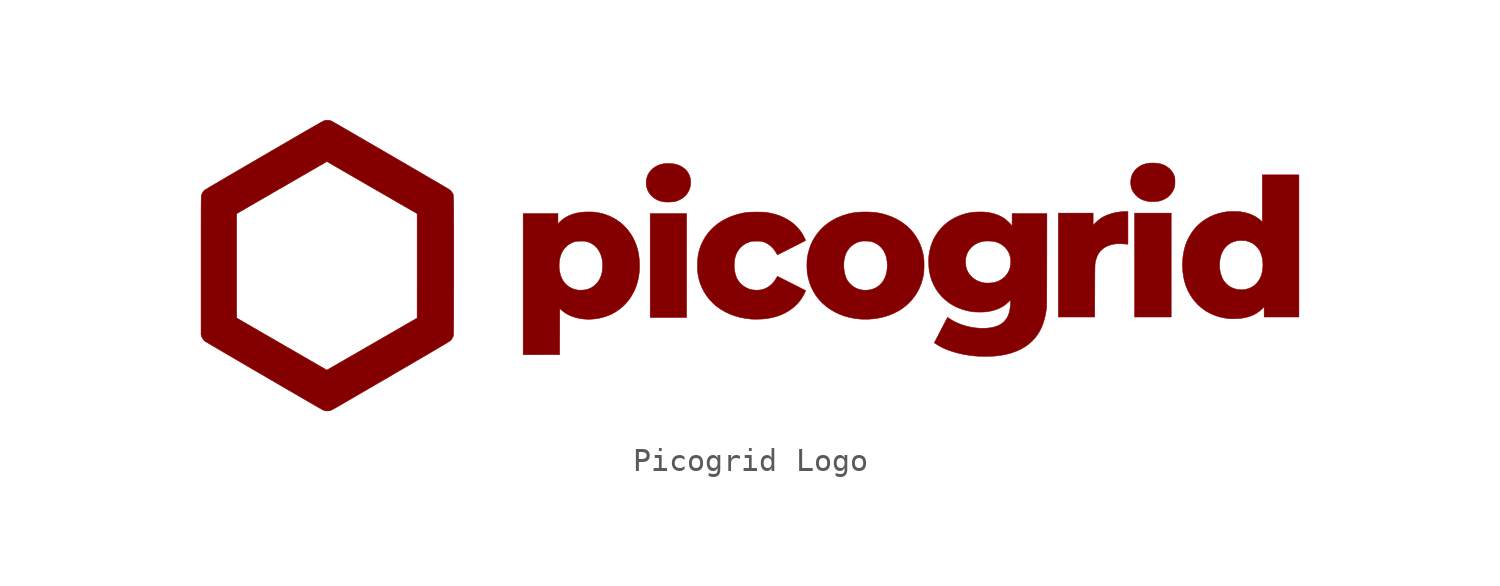
<source format=kicad_sym>
(kicad_symbol_lib
  (version 20210619)
  (generator kicad_symbol_editor)
  (symbol "ulib_Logos:Picogrid Logo"
    (pin_names
      (offset 1.016))
    (property "Reference" "G"
      (at 0 5.71 0)
      (effects (font (size 1.27 1.27)) hide))
    (symbol "Picogrid Logo_0_0"
      (polyline (pts (xy -2.758 2.268) (xy -4.347 2.268) (xy -4.347 -2.268) (xy -2.758 -2.268) (xy -2.758 2.268)) (stroke (width 0.01)) (fill (type outline)))
      (polyline (pts (xy 18.395 2.288) (xy 16.797 2.288) (xy 16.797 -2.248) (xy 18.395 -2.248) (xy 18.395 2.288)) (stroke (width 0.01)) (fill (type outline)))
      (polyline (pts (xy -3.525 2.771) (xy -3.443 2.774) (xy -3.367 2.779) (xy -3.3 2.787) (xy -3.248 2.797) (xy -3.245 2.798) (xy -3.125 2.838) (xy -3.01 2.894) (xy -2.904 2.964) (xy -2.812 3.044) (xy -2.775 3.084) (xy -2.705 3.18) (xy -2.649 3.285) (xy -2.61 3.396) (xy -2.586 3.51) (xy -2.577 3.627) (xy -2.585 3.743) (xy -2.608 3.856) (xy -2.647 3.964) (xy -2.703 4.065) (xy -2.774 4.157) (xy -2.822 4.204) (xy -2.925 4.286) (xy -3.039 4.352) (xy -3.165 4.401) (xy -3.303 4.435) (xy -3.452 4.452) (xy -3.612 4.454) (xy -3.671 4.45) (xy -3.806 4.432) (xy -3.929 4.401) (xy -4.042 4.356) (xy -4.147 4.296) (xy -4.219 4.242) (xy -4.314 4.154) (xy -4.391 4.056) (xy -4.451 3.948) (xy -4.493 3.831) (xy -4.517 3.705) (xy -4.522 3.65) (xy -4.519 3.525) (xy -4.498 3.406) (xy -4.46 3.292) (xy -4.405 3.187) (xy -4.335 3.09) (xy -4.251 3.003) (xy -4.153 2.928) (xy -4.043 2.865) (xy -3.921 2.817) (xy -3.79 2.783) (xy -3.748 2.777) (xy -3.682 2.772) (xy -3.606 2.77) (xy -3.525 2.771)) (stroke (width 0.01)) (fill (type outline)))
      (polyline (pts (xy 15.061 -1.107) (xy 15.061 -0.995) (xy 15.062 -0.83) (xy 15.062 -0.683) (xy 15.063 -0.552) (xy 15.063 -0.438) (xy 15.064 -0.338) (xy 15.065 -0.252) (xy 15.066 -0.177) (xy 15.067 -0.114) (xy 15.068 -0.061) (xy 15.069 -0.017) (xy 15.07 0.02) (xy 15.072 0.05) (xy 15.074 0.075) (xy 15.076 0.096) (xy 15.079 0.114) (xy 15.081 0.13) (xy 15.085 0.148) (xy 15.104 0.229) (xy 15.129 0.311) (xy 15.156 0.388) (xy 15.184 0.452) (xy 15.237 0.543) (xy 15.316 0.641) (xy 15.409 0.728) (xy 15.516 0.801) (xy 15.636 0.86) (xy 15.769 0.905) (xy 15.912 0.936) (xy 15.913 0.936) (xy 15.959 0.942) (xy 16.008 0.946) (xy 16.063 0.947) (xy 16.13 0.947) (xy 16.212 0.946) (xy 16.216 0.945) (xy 16.281 0.943) (xy 16.341 0.941) (xy 16.394 0.938) (xy 16.435 0.935) (xy 16.459 0.933) (xy 16.507 0.927) (xy 16.507 2.361) (xy 16.345 2.355) (xy 16.228 2.348) (xy 16.026 2.323) (xy 15.833 2.28) (xy 15.649 2.222) (xy 15.608 2.206) (xy 15.466 2.142) (xy 15.337 2.067) (xy 15.216 1.978) (xy 15.101 1.873) (xy 14.988 1.762) (xy 14.988 2.288) (xy 13.469 2.288) (xy 13.469 -2.248) (xy 15.057 -2.248) (xy 15.061 -1.107)) (stroke (width 0.01)) (fill (type outline)))
      (polyline (pts (xy 17.694 2.791) (xy 17.764 2.796) (xy 17.821 2.803) (xy 17.898 2.82) (xy 18.026 2.861) (xy 18.144 2.918) (xy 18.25 2.99) (xy 18.343 3.075) (xy 18.422 3.172) (xy 18.485 3.282) (xy 18.496 3.304) (xy 18.52 3.359) (xy 18.537 3.409) (xy 18.549 3.458) (xy 18.556 3.513) (xy 18.559 3.578) (xy 18.56 3.657) (xy 18.56 3.671) (xy 18.559 3.731) (xy 18.558 3.776) (xy 18.555 3.811) (xy 18.55 3.84) (xy 18.544 3.868) (xy 18.534 3.899) (xy 18.52 3.936) (xy 18.466 4.046) (xy 18.395 4.147) (xy 18.307 4.238) (xy 18.204 4.317) (xy 18.198 4.321) (xy 18.105 4.374) (xy 18.006 4.415) (xy 17.899 4.445) (xy 17.78 4.464) (xy 17.646 4.473) (xy 17.617 4.474) (xy 17.465 4.47) (xy 17.325 4.451) (xy 17.198 4.416) (xy 17.08 4.366) (xy 16.973 4.3) (xy 16.874 4.218) (xy 16.847 4.192) (xy 16.767 4.096) (xy 16.705 3.993) (xy 16.661 3.882) (xy 16.636 3.763) (xy 16.627 3.633) (xy 16.629 3.56) (xy 16.645 3.441) (xy 16.676 3.332) (xy 16.724 3.232) (xy 16.789 3.138) (xy 16.873 3.047) (xy 16.938 2.99) (xy 17.032 2.924) (xy 17.133 2.871) (xy 17.245 2.832) (xy 17.371 2.803) (xy 17.401 2.798) (xy 17.465 2.792) (xy 17.538 2.79) (xy 17.617 2.789) (xy 17.694 2.791)) (stroke (width 0.01)) (fill (type outline)))
      (polyline (pts (xy -9.095 -3.894) (xy -8.299 -3.892) (xy -8.296 -2.884) (xy -8.293 -1.877) (xy -8.224 -1.941) (xy -8.175 -1.984) (xy -8.049 -2.076) (xy -7.911 -2.155) (xy -7.761 -2.22) (xy -7.603 -2.272) (xy -7.436 -2.311) (xy -7.263 -2.336) (xy -7.086 -2.347) (xy -6.906 -2.344) (xy -6.725 -2.327) (xy -6.545 -2.296) (xy -6.368 -2.251) (xy -6.194 -2.192) (xy -6.026 -2.118) (xy -5.867 -2.03) (xy -5.698 -1.918) (xy -5.543 -1.791) (xy -5.401 -1.649) (xy -5.273 -1.492) (xy -5.158 -1.321) (xy -5.056 -1.134) (xy -5.037 -1.096) (xy -4.958 -0.904) (xy -4.896 -0.703) (xy -4.85 -0.493) (xy -4.821 -0.276) (xy -4.81 -0.053) (xy -4.816 0.174) (xy -4.822 0.252) (xy -4.848 0.47) (xy -4.889 0.676) (xy -4.946 0.87) (xy -5.018 1.054) (xy -5.106 1.231) (xy -5.211 1.4) (xy -5.333 1.564) (xy -5.372 1.61) (xy -5.508 1.753) (xy -5.658 1.882) (xy -5.82 1.997) (xy -5.993 2.096) (xy -6.175 2.18) (xy -6.366 2.247) (xy -6.564 2.296) (xy -6.767 2.328) (xy -6.82 2.332) (xy -6.903 2.336) (xy -6.995 2.338) (xy -7.091 2.337) (xy -7.186 2.335) (xy -7.274 2.33) (xy -7.348 2.323) (xy -7.349 2.323) (xy -7.535 2.293) (xy -7.709 2.248) (xy -7.87 2.188) (xy -8.018 2.113) (xy -8.155 2.022) (xy -8.279 1.916) (xy -8.373 1.826) (xy -8.373 2.268) (xy -9.892 2.268) (xy -9.892 0.048) (xy -8.321 0.048) (xy -8.309 0.194) (xy -8.284 0.336) (xy -8.244 0.47) (xy -8.224 0.522) (xy -8.162 0.641) (xy -8.085 0.749) (xy -7.993 0.843) (xy -7.889 0.924) (xy -7.772 0.988) (xy -7.724 1.01) (xy -7.673 1.03) (xy -7.624 1.045) (xy -7.573 1.054) (xy -7.516 1.06) (xy -7.448 1.063) (xy -7.364 1.064) (xy -7.309 1.063) (xy -7.255 1.063) (xy -7.214 1.061) (xy -7.181 1.058) (xy -7.152 1.053) (xy -7.123 1.046) (xy -7.089 1.036) (xy -6.964 0.988) (xy -6.85 0.923) (xy -6.747 0.844) (xy -6.658 0.749) (xy -6.582 0.641) (xy -6.52 0.52) (xy -6.472 0.387) (xy -6.439 0.241) (xy -6.431 0.177) (xy -6.426 0.09) (xy -6.425 -0.004) (xy -6.428 -0.099) (xy -6.434 -0.192) (xy -6.445 -0.275) (xy -6.458 -0.345) (xy -6.486 -0.44) (xy -6.529 -0.552) (xy -6.583 -0.652) (xy -6.65 -0.744) (xy -6.731 -0.83) (xy -6.806 -0.895) (xy -6.905 -0.962) (xy -7.01 -1.013) (xy -7.126 -1.05) (xy -7.129 -1.05) (xy -7.186 -1.061) (xy -7.256 -1.069) (xy -7.331 -1.073) (xy -7.406 -1.075) (xy -7.474 -1.074) (xy -7.529 -1.069) (xy -7.622 -1.049) (xy -7.746 -1.006) (xy -7.862 -0.947) (xy -7.968 -0.871) (xy -8.061 -0.78) (xy -8.142 -0.675) (xy -8.209 -0.557) (xy -8.229 -0.511) (xy -8.272 -0.383) (xy -8.302 -0.244) (xy -8.319 -0.1) (xy -8.321 0.048) (xy -9.892 0.048) (xy -9.892 -3.897) (xy -9.095 -3.894)) (stroke (width 0.01)) (fill (type outline)))
      (polyline (pts (xy 21.127 -2.323) (xy 21.197 -2.321) (xy 21.268 -2.319) (xy 21.334 -2.316) (xy 21.391 -2.312) (xy 21.433 -2.308) (xy 21.457 -2.305) (xy 21.639 -2.272) (xy 21.807 -2.227) (xy 21.961 -2.167) (xy 22.104 -2.093) (xy 22.235 -2.004) (xy 22.355 -1.9) (xy 22.452 -1.806) (xy 22.452 -2.248) (xy 23.971 -2.248) (xy 23.971 3.957) (xy 22.372 3.957) (xy 22.372 1.908) (xy 22.299 1.972) (xy 22.228 2.03) (xy 22.091 2.124) (xy 21.944 2.202) (xy 21.787 2.264) (xy 21.617 2.311) (xy 21.435 2.343) (xy 21.419 2.345) (xy 21.343 2.352) (xy 21.255 2.356) (xy 21.159 2.358) (xy 21.061 2.357) (xy 20.966 2.355) (xy 20.879 2.35) (xy 20.807 2.343) (xy 20.694 2.325) (xy 20.487 2.279) (xy 20.29 2.216) (xy 20.101 2.135) (xy 19.921 2.036) (xy 19.749 1.919) (xy 19.736 1.909) (xy 19.665 1.85) (xy 19.59 1.782) (xy 19.516 1.71) (xy 19.448 1.638) (xy 19.392 1.572) (xy 19.385 1.564) (xy 19.3 1.446) (xy 19.219 1.317) (xy 19.145 1.183) (xy 19.081 1.048) (xy 19.03 0.92) (xy 18.978 0.745) (xy 18.933 0.542) (xy 18.903 0.334) (xy 18.889 0.123) (xy 18.889 0.044) (xy 20.506 0.044) (xy 20.515 0.187) (xy 20.537 0.326) (xy 20.572 0.459) (xy 20.622 0.583) (xy 20.636 0.611) (xy 20.706 0.727) (xy 20.79 0.827) (xy 20.887 0.913) (xy 20.997 0.983) (xy 21.117 1.037) (xy 21.248 1.074) (xy 21.282 1.08) (xy 21.356 1.088) (xy 21.438 1.091) (xy 21.523 1.09) (xy 21.601 1.084) (xy 21.668 1.075) (xy 21.708 1.065) (xy 21.793 1.037) (xy 21.88 1) (xy 21.961 0.958) (xy 21.965 0.955) (xy 22.006 0.926) (xy 22.054 0.885) (xy 22.105 0.837) (xy 22.153 0.786) (xy 22.196 0.738) (xy 22.228 0.695) (xy 22.232 0.689) (xy 22.289 0.582) (xy 22.335 0.461) (xy 22.37 0.329) (xy 22.391 0.189) (xy 22.399 0.044) (xy 22.393 -0.104) (xy 22.38 -0.216) (xy 22.352 -0.356) (xy 22.31 -0.483) (xy 22.255 -0.598) (xy 22.186 -0.702) (xy 22.102 -0.797) (xy 22.043 -0.853) (xy 21.943 -0.925) (xy 21.836 -0.982) (xy 21.718 -1.022) (xy 21.588 -1.049) (xy 21.561 -1.052) (xy 21.427 -1.058) (xy 21.294 -1.045) (xy 21.165 -1.015) (xy 21.043 -0.968) (xy 20.929 -0.904) (xy 20.899 -0.883) (xy 20.841 -0.833) (xy 20.782 -0.774) (xy 20.727 -0.713) (xy 20.684 -0.653) (xy 20.662 -0.618) (xy 20.605 -0.503) (xy 20.561 -0.376) (xy 20.529 -0.241) (xy 20.511 -0.1) (xy 20.506 0.044) (xy 18.889 0.044) (xy 18.889 -0.089) (xy 18.905 -0.299) (xy 18.935 -0.505) (xy 18.98 -0.704) (xy 19.04 -0.894) (xy 19.113 -1.073) (xy 19.193 -1.226) (xy 19.303 -1.403) (xy 19.428 -1.567) (xy 19.567 -1.716) (xy 19.719 -1.851) (xy 19.883 -1.97) (xy 19.965 -2.021) (xy 20.144 -2.114) (xy 20.334 -2.192) (xy 20.534 -2.252) (xy 20.742 -2.296) (xy 20.959 -2.322) (xy 20.963 -2.322) (xy 21.005 -2.324) (xy 21.061 -2.324) (xy 21.127 -2.323)) (stroke (width 0.01)) (fill (type outline)))
      (polyline (pts (xy 5.406 -2.328) (xy 5.635 -2.294) (xy 5.857 -2.243) (xy 6.07 -2.176) (xy 6.274 -2.093) (xy 6.468 -1.995) (xy 6.65 -1.881) (xy 6.761 -1.799) (xy 6.92 -1.661) (xy 7.064 -1.512) (xy 7.192 -1.35) (xy 7.305 -1.178) (xy 7.401 -0.995) (xy 7.479 -0.804) (xy 7.539 -0.605) (xy 7.556 -0.534) (xy 7.574 -0.449) (xy 7.588 -0.368) (xy 7.598 -0.287) (xy 7.604 -0.201) (xy 7.607 -0.106) (xy 7.608 0.005) (xy 7.608 0.089) (xy 7.605 0.189) (xy 7.6 0.276) (xy 7.591 0.358) (xy 7.578 0.438) (xy 7.561 0.522) (xy 7.539 0.615) (xy 7.505 0.735) (xy 7.436 0.926) (xy 7.348 1.109) (xy 7.242 1.285) (xy 7.117 1.454) (xy 7.041 1.544) (xy 6.902 1.682) (xy 6.748 1.81) (xy 6.581 1.926) (xy 6.402 2.029) (xy 6.213 2.118) (xy 6.015 2.192) (xy 5.932 2.219) (xy 5.804 2.255) (xy 5.682 2.283) (xy 5.559 2.304) (xy 5.431 2.32) (xy 5.293 2.33) (xy 5.14 2.335) (xy 5.097 2.336) (xy 4.938 2.336) (xy 4.793 2.33) (xy 4.656 2.319) (xy 4.525 2.301) (xy 4.394 2.276) (xy 4.259 2.243) (xy 4.212 2.23) (xy 3.999 2.161) (xy 3.798 2.076) (xy 3.609 1.976) (xy 3.433 1.863) (xy 3.269 1.735) (xy 3.12 1.595) (xy 2.984 1.442) (xy 2.864 1.277) (xy 2.759 1.102) (xy 2.671 0.916) (xy 2.599 0.72) (xy 2.544 0.515) (xy 2.507 0.302) (xy 2.506 0.298) (xy 2.501 0.241) (xy 2.498 0.169) (xy 2.495 0.087) (xy 2.495 0.067) (xy 4.104 0.067) (xy 4.115 0.209) (xy 4.14 0.345) (xy 4.178 0.474) (xy 4.195 0.519) (xy 4.255 0.636) (xy 4.33 0.742) (xy 4.419 0.836) (xy 4.52 0.916) (xy 4.632 0.981) (xy 4.752 1.029) (xy 4.88 1.06) (xy 4.897 1.062) (xy 4.962 1.067) (xy 5.037 1.068) (xy 5.116 1.066) (xy 5.193 1.06) (xy 5.263 1.052) (xy 5.319 1.041) (xy 5.378 1.022) (xy 5.495 0.971) (xy 5.603 0.904) (xy 5.701 0.821) (xy 5.787 0.725) (xy 5.859 0.617) (xy 5.917 0.497) (xy 5.96 0.369) (xy 5.97 0.326) (xy 5.992 0.183) (xy 6.002 0.033) (xy 5.997 -0.119) (xy 5.98 -0.267) (xy 5.952 -0.388) (xy 5.906 -0.52) (xy 5.845 -0.64) (xy 5.771 -0.748) (xy 5.683 -0.842) (xy 5.584 -0.922) (xy 5.473 -0.986) (xy 5.352 -1.034) (xy 5.221 -1.064) (xy 5.176 -1.07) (xy 5.109 -1.075) (xy 5.039 -1.077) (xy 4.974 -1.076) (xy 4.921 -1.072) (xy 4.818 -1.052) (xy 4.707 -1.017) (xy 4.604 -0.971) (xy 4.513 -0.916) (xy 4.502 -0.908) (xy 4.451 -0.865) (xy 4.396 -0.813) (xy 4.344 -0.757) (xy 4.298 -0.702) (xy 4.264 -0.653) (xy 4.233 -0.599) (xy 4.183 -0.482) (xy 4.145 -0.354) (xy 4.119 -0.217) (xy 4.105 -0.076) (xy 4.104 0.067) (xy 2.495 0.067) (xy 2.495 0.001) (xy 2.496 -0.085) (xy 2.498 -0.167) (xy 2.502 -0.238) (xy 2.507 -0.295) (xy 2.51 -0.322) (xy 2.549 -0.534) (xy 2.606 -0.738) (xy 2.68 -0.933) (xy 2.771 -1.12) (xy 2.878 -1.296) (xy 3.002 -1.461) (xy 3.142 -1.614) (xy 3.206 -1.675) (xy 3.367 -1.81) (xy 3.542 -1.931) (xy 3.728 -2.038) (xy 3.925 -2.13) (xy 4.132 -2.207) (xy 4.347 -2.267) (xy 4.568 -2.311) (xy 4.795 -2.337) (xy 4.932 -2.345) (xy 5.171 -2.345) (xy 5.406 -2.328)) (stroke (width 0.01)) (fill (type outline)))
      (polyline (pts (xy 0.381 -2.342) (xy 0.475 -2.34) (xy 0.563 -2.335) (xy 0.641 -2.33) (xy 0.704 -2.324) (xy 0.767 -2.315) (xy 0.983 -2.274) (xy 1.186 -2.219) (xy 1.378 -2.149) (xy 1.558 -2.063) (xy 1.729 -1.961) (xy 1.862 -1.866) (xy 1.993 -1.756) (xy 2.11 -1.636) (xy 2.215 -1.504) (xy 2.311 -1.358) (xy 2.315 -1.351) (xy 2.341 -1.306) (xy 2.366 -1.258) (xy 2.39 -1.211) (xy 2.411 -1.168) (xy 2.427 -1.132) (xy 2.436 -1.107) (xy 2.437 -1.095) (xy 2.436 -1.095) (xy 2.422 -1.087) (xy 2.392 -1.071) (xy 2.349 -1.049) (xy 2.293 -1.02) (xy 2.227 -0.987) (xy 2.153 -0.949) (xy 2.072 -0.908) (xy 1.986 -0.864) (xy 1.897 -0.819) (xy 1.806 -0.773) (xy 1.716 -0.727) (xy 1.628 -0.682) (xy 1.544 -0.64) (xy 1.464 -0.6) (xy 1.393 -0.564) (xy 1.33 -0.532) (xy 1.278 -0.507) (xy 1.239 -0.487) (xy 1.214 -0.475) (xy 1.205 -0.471) (xy 1.203 -0.475) (xy 1.192 -0.493) (xy 1.175 -0.523) (xy 1.154 -0.559) (xy 1.081 -0.672) (xy 0.989 -0.783) (xy 0.887 -0.877) (xy 0.776 -0.954) (xy 0.655 -1.014) (xy 0.523 -1.056) (xy 0.497 -1.061) (xy 0.432 -1.07) (xy 0.355 -1.074) (xy 0.273 -1.074) (xy 0.192 -1.07) (xy 0.117 -1.062) (xy 0.055 -1.051) (xy -0.048 -1.019) (xy -0.169 -0.963) (xy -0.282 -0.891) (xy -0.383 -0.805) (xy -0.471 -0.707) (xy -0.544 -0.597) (xy -0.553 -0.58) (xy -0.596 -0.482) (xy -0.631 -0.37) (xy -0.657 -0.249) (xy -0.674 -0.122) (xy -0.679 0.006) (xy -0.679 0.023) (xy -0.67 0.182) (xy -0.645 0.329) (xy -0.605 0.464) (xy -0.549 0.587) (xy -0.476 0.699) (xy -0.389 0.799) (xy -0.359 0.828) (xy -0.277 0.895) (xy -0.19 0.951) (xy -0.093 0.997) (xy 0.019 1.037) (xy 0.046 1.045) (xy 0.075 1.052) (xy 0.103 1.057) (xy 0.135 1.06) (xy 0.175 1.062) (xy 0.227 1.063) (xy 0.295 1.064) (xy 0.362 1.063) (xy 0.438 1.061) (xy 0.501 1.054) (xy 0.557 1.044) (xy 0.61 1.028) (xy 0.664 1.007) (xy 0.724 0.978) (xy 0.8 0.935) (xy 0.905 0.857) (xy 1.002 0.764) (xy 1.089 0.656) (xy 1.164 0.537) (xy 1.168 0.53) (xy 1.186 0.499) (xy 1.202 0.478) (xy 1.211 0.47) (xy 1.221 0.474) (xy 1.247 0.486) (xy 1.288 0.506) (xy 1.341 0.532) (xy 1.404 0.564) (xy 1.476 0.601) (xy 1.556 0.641) (xy 1.641 0.684) (xy 1.73 0.729) (xy 1.82 0.774) (xy 1.91 0.821) (xy 1.999 0.866) (xy 2.084 0.909) (xy 2.164 0.95) (xy 2.237 0.988) (xy 2.301 1.02) (xy 2.354 1.048) (xy 2.395 1.07) (xy 2.422 1.084) (xy 2.432 1.09) (xy 2.433 1.094) (xy 2.429 1.113) (xy 2.416 1.144) (xy 2.397 1.186) (xy 2.373 1.234) (xy 2.346 1.287) (xy 2.316 1.341) (xy 2.286 1.393) (xy 2.257 1.439) (xy 2.231 1.479) (xy 2.196 1.524) (xy 2.134 1.599) (xy 2.063 1.676) (xy 1.989 1.75) (xy 1.916 1.818) (xy 1.848 1.873) (xy 1.692 1.98) (xy 1.519 2.078) (xy 1.335 2.16) (xy 1.139 2.228) (xy 0.931 2.281) (xy 0.709 2.32) (xy 0.664 2.325) (xy 0.599 2.328) (xy 0.517 2.331) (xy 0.415 2.332) (xy 0.295 2.333) (xy 0.285 2.333) (xy 0.168 2.332) (xy 0.066 2.329) (xy -0.024 2.325) (xy -0.105 2.318) (xy -0.181 2.309) (xy -0.257 2.297) (xy -0.335 2.282) (xy -0.42 2.263) (xy -0.61 2.211) (xy -0.825 2.137) (xy -1.027 2.047) (xy -1.217 1.944) (xy -1.393 1.827) (xy -1.554 1.696) (xy -1.702 1.552) (xy -1.835 1.396) (xy -1.953 1.227) (xy -2.055 1.046) (xy -2.142 0.853) (xy -2.174 0.763) (xy -2.22 0.606) (xy -2.254 0.441) (xy -2.275 0.265) (xy -2.285 0.075) (xy -2.286 -0.064) (xy -2.282 -0.19) (xy -2.272 -0.307) (xy -2.256 -0.421) (xy -2.233 -0.536) (xy -2.224 -0.575) (xy -2.166 -0.772) (xy -2.09 -0.962) (xy -1.997 -1.144) (xy -1.888 -1.317) (xy -1.763 -1.478) (xy -1.625 -1.627) (xy -1.474 -1.762) (xy -1.444 -1.786) (xy -1.264 -1.913) (xy -1.072 -2.025) (xy -0.869 -2.121) (xy -0.655 -2.2) (xy -0.431 -2.263) (xy -0.198 -2.309) (xy 0.045 -2.338) (xy 0.05 -2.338) (xy 0.117 -2.342) (xy 0.197 -2.344) (xy 0.287 -2.344) (xy 0.381 -2.342)) (stroke (width 0.01)) (fill (type outline)))
      (polyline (pts (xy 10.308 -3.965) (xy 10.395 -3.964) (xy 10.477 -3.963) (xy 10.552 -3.961) (xy 10.615 -3.959) (xy 10.662 -3.956) (xy 10.727 -3.951) (xy 10.975 -3.92) (xy 11.208 -3.875) (xy 11.427 -3.816) (xy 11.633 -3.743) (xy 11.824 -3.656) (xy 12.001 -3.554) (xy 12.164 -3.439) (xy 12.313 -3.309) (xy 12.329 -3.293) (xy 12.449 -3.164) (xy 12.555 -3.026) (xy 12.648 -2.878) (xy 12.729 -2.718) (xy 12.798 -2.546) (xy 12.857 -2.359) (xy 12.905 -2.157) (xy 12.943 -1.938) (xy 12.944 -1.932) (xy 12.946 -1.915) (xy 12.948 -1.898) (xy 12.95 -1.88) (xy 12.952 -1.86) (xy 12.954 -1.838) (xy 12.955 -1.812) (xy 12.957 -1.782) (xy 12.958 -1.747) (xy 12.959 -1.706) (xy 12.96 -1.657) (xy 12.961 -1.601) (xy 12.962 -1.536) (xy 12.962 -1.462) (xy 12.963 -1.377) (xy 12.963 -1.28) (xy 12.964 -1.172) (xy 12.964 -1.051) (xy 12.965 -0.915) (xy 12.965 -0.765) (xy 12.966 -0.6) (xy 12.966 -0.417) (xy 12.966 -0.218) (xy 12.967 0.0003) (xy 12.967 0.237) (xy 12.97 2.268) (xy 11.451 2.268) (xy 11.451 1.996) (xy 11.451 1.724) (xy 11.424 1.759) (xy 11.395 1.794) (xy 11.351 1.84) (xy 11.3 1.891) (xy 11.245 1.942) (xy 11.19 1.99) (xy 11.139 2.032) (xy 11.097 2.062) (xy 11.092 2.066) (xy 10.955 2.146) (xy 10.808 2.211) (xy 10.65 2.264) (xy 10.479 2.303) (xy 10.293 2.329) (xy 10.246 2.333) (xy 10.163 2.337) (xy 10.07 2.337) (xy 9.972 2.336) (xy 9.873 2.332) (xy 9.78 2.327) (xy 9.696 2.319) (xy 9.627 2.309) (xy 9.604 2.305) (xy 9.392 2.256) (xy 9.191 2.191) (xy 9 2.11) (xy 8.821 2.013) (xy 8.653 1.901) (xy 8.498 1.775) (xy 8.356 1.633) (xy 8.229 1.478) (xy 8.125 1.327) (xy 8.036 1.171) (xy 7.963 1.009) (xy 7.904 0.838) (xy 7.857 0.656) (xy 7.822 0.46) (xy 7.821 0.449) (xy 7.815 0.384) (xy 7.811 0.304) (xy 7.81 0.215) (xy 7.81 0.208) (xy 9.42 0.208) (xy 9.43 0.321) (xy 9.452 0.424) (xy 9.456 0.438) (xy 9.503 0.557) (xy 9.566 0.666) (xy 9.644 0.765) (xy 9.736 0.852) (xy 9.842 0.926) (xy 9.958 0.986) (xy 10.085 1.031) (xy 10.22 1.06) (xy 10.233 1.061) (xy 10.308 1.067) (xy 10.392 1.069) (xy 10.48 1.066) (xy 10.567 1.06) (xy 10.646 1.05) (xy 10.712 1.037) (xy 10.734 1.031) (xy 10.846 0.993) (xy 10.946 0.944) (xy 11.039 0.883) (xy 11.129 0.805) (xy 11.145 0.789) (xy 11.229 0.692) (xy 11.295 0.584) (xy 11.345 0.466) (xy 11.377 0.34) (xy 11.387 0.259) (xy 11.39 0.161) (xy 11.386 0.062) (xy 11.375 -0.032) (xy 11.357 -0.114) (xy 11.335 -0.178) (xy 11.28 -0.297) (xy 11.209 -0.405) (xy 11.123 -0.501) (xy 11.024 -0.584) (xy 10.912 -0.653) (xy 10.789 -0.707) (xy 10.657 -0.745) (xy 10.62 -0.751) (xy 10.559 -0.757) (xy 10.49 -0.762) (xy 10.417 -0.765) (xy 10.347 -0.765) (xy 10.285 -0.764) (xy 10.237 -0.759) (xy 10.188 -0.75) (xy 10.054 -0.714) (xy 9.929 -0.663) (xy 9.814 -0.598) (xy 9.712 -0.519) (xy 9.623 -0.428) (xy 9.548 -0.326) (xy 9.489 -0.214) (xy 9.448 -0.094) (xy 9.432 -0.02) (xy 9.42 0.092) (xy 9.42 0.208) (xy 7.81 0.208) (xy 7.81 0.121) (xy 7.813 0.026) (xy 7.817 -0.065) (xy 7.824 -0.146) (xy 7.832 -0.215) (xy 7.843 -0.278) (xy 7.889 -0.482) (xy 7.953 -0.677) (xy 8.034 -0.861) (xy 8.132 -1.035) (xy 8.246 -1.199) (xy 8.269 -1.228) (xy 8.405 -1.38) (xy 8.554 -1.518) (xy 8.715 -1.641) (xy 8.888 -1.748) (xy 9.073 -1.839) (xy 9.269 -1.914) (xy 9.476 -1.973) (xy 9.692 -2.015) (xy 9.757 -2.023) (xy 9.841 -2.029) (xy 9.935 -2.032) (xy 10.034 -2.033) (xy 10.133 -2.032) (xy 10.228 -2.029) (xy 10.312 -2.023) (xy 10.382 -2.015) (xy 10.415 -2.01) (xy 10.594 -1.973) (xy 10.758 -1.923) (xy 10.909 -1.861) (xy 11.048 -1.785) (xy 11.175 -1.695) (xy 11.294 -1.591) (xy 11.381 -1.504) (xy 11.381 -1.584) (xy 11.378 -1.691) (xy 11.367 -1.823) (xy 11.349 -1.946) (xy 11.323 -2.058) (xy 11.291 -2.155) (xy 11.245 -2.255) (xy 11.178 -2.36) (xy 11.097 -2.453) (xy 11.003 -2.532) (xy 10.895 -2.598) (xy 10.772 -2.651) (xy 10.634 -2.692) (xy 10.48 -2.721) (xy 10.312 -2.737) (xy 10.254 -2.74) (xy 10.036 -2.738) (xy 9.816 -2.718) (xy 9.598 -2.68) (xy 9.383 -2.626) (xy 9.175 -2.555) (xy 8.978 -2.469) (xy 8.945 -2.452) (xy 8.883 -2.419) (xy 8.822 -2.385) (xy 8.769 -2.353) (xy 8.728 -2.325) (xy 8.696 -2.303) (xy 8.665 -2.282) (xy 8.642 -2.27) (xy 8.632 -2.267) (xy 8.632 -2.267) (xy 8.625 -2.278) (xy 8.611 -2.305) (xy 8.588 -2.347) (xy 8.56 -2.402) (xy 8.525 -2.469) (xy 8.485 -2.545) (xy 8.441 -2.63) (xy 8.393 -2.721) (xy 8.343 -2.818) (xy 8.339 -2.827) (xy 8.289 -2.923) (xy 8.242 -3.014) (xy 8.198 -3.098) (xy 8.159 -3.173) (xy 8.125 -3.239) (xy 8.097 -3.292) (xy 8.076 -3.333) (xy 8.062 -3.359) (xy 8.057 -3.369) (xy 8.057 -3.369) (xy 8.065 -3.378) (xy 8.086 -3.395) (xy 8.12 -3.418) (xy 8.163 -3.445) (xy 8.212 -3.475) (xy 8.264 -3.506) (xy 8.317 -3.535) (xy 8.368 -3.563) (xy 8.472 -3.614) (xy 8.655 -3.69) (xy 8.852 -3.759) (xy 9.062 -3.819) (xy 9.281 -3.87) (xy 9.508 -3.91) (xy 9.739 -3.941) (xy 9.972 -3.96) (xy 10.003 -3.961) (xy 10.065 -3.963) (xy 10.139 -3.964) (xy 10.221 -3.965) (xy 10.308 -3.965)) (stroke (width 0.01)) (fill (type outline)))
      (polyline (pts (xy -18.363 -6.343) (xy -18.301 -6.33) (xy -18.3 -6.33) (xy -18.281 -6.322) (xy -18.246 -6.304) (xy -18.198 -6.279) (xy -18.138 -6.246) (xy -18.068 -6.207) (xy -17.99 -6.163) (xy -17.905 -6.115) (xy -17.816 -6.063) (xy -17.524 -5.893) (xy -17.194 -5.701) (xy -16.88 -5.518) (xy -16.582 -5.345) (xy -16.299 -5.181) (xy -16.033 -5.026) (xy -15.78 -4.879) (xy -15.543 -4.74) (xy -15.319 -4.61) (xy -15.109 -4.488) (xy -14.912 -4.373) (xy -14.728 -4.266) (xy -14.556 -4.165) (xy -14.397 -4.072) (xy -14.248 -3.985) (xy -14.111 -3.905) (xy -13.985 -3.831) (xy -13.868 -3.763) (xy -13.762 -3.7) (xy -13.665 -3.643) (xy -13.577 -3.591) (xy -13.498 -3.545) (xy -13.426 -3.502) (xy -13.363 -3.465) (xy -13.307 -3.431) (xy -13.258 -3.401) (xy -13.215 -3.376) (xy -13.178 -3.353) (xy -13.148 -3.334) (xy -13.122 -3.318) (xy -13.101 -3.304) (xy -13.085 -3.293) (xy -13.073 -3.285) (xy -13.064 -3.278) (xy -13.058 -3.273) (xy -13.018 -3.224) (xy -12.979 -3.161) (xy -12.948 -3.093) (xy -12.93 -3.029) (xy -12.929 -3.023) (xy -12.928 -2.997) (xy -12.927 -2.951) (xy -12.926 -2.886) (xy -12.925 -2.801) (xy -12.925 -2.697) (xy -12.924 -2.574) (xy -12.923 -2.431) (xy -12.922 -2.27) (xy -12.922 -2.09) (xy -12.921 -1.892) (xy -12.921 -1.675) (xy -12.921 -1.44) (xy -12.92 -1.187) (xy -12.92 -0.917) (xy -12.92 -0.628) (xy -12.92 -0.322) (xy -12.92 0.002) (xy -12.92 1.421) (xy -12.92 1.614) (xy -12.92 1.791) (xy -12.92 1.954) (xy -12.921 2.103) (xy -12.921 2.238) (xy -12.922 2.36) (xy -12.922 2.471) (xy -12.923 2.569) (xy -12.924 2.658) (xy -12.925 2.736) (xy -12.927 2.804) (xy -12.928 2.864) (xy -12.93 2.916) (xy -12.932 2.96) (xy -12.934 2.998) (xy -12.937 3.03) (xy -12.94 3.056) (xy -12.943 3.078) (xy -12.946 3.095) (xy -12.95 3.11) (xy -12.954 3.122) (xy -12.958 3.131) (xy -12.963 3.14) (xy -12.968 3.148) (xy -12.974 3.155) (xy -12.98 3.164) (xy -12.986 3.174) (xy -12.993 3.185) (xy -13.03 3.239) (xy -13.069 3.281) (xy -13.115 3.317) (xy -13.12 3.321) (xy -13.143 3.335) (xy -13.182 3.358) (xy -13.236 3.39) (xy -13.304 3.43) (xy -13.386 3.478) (xy -13.48 3.534) (xy -13.586 3.596) (xy -13.704 3.664) (xy -13.831 3.738) (xy -13.967 3.818) (xy -14.112 3.902) (xy -14.264 3.991) (xy -14.424 4.084) (xy -14.589 4.18) (xy -14.759 4.279) (xy -14.934 4.381) (xy -15.112 4.485) (xy -15.292 4.59) (xy -15.475 4.696) (xy -15.659 4.803) (xy -15.842 4.909) (xy -16.025 5.016) (xy -16.207 5.121) (xy -16.386 5.225) (xy -16.562 5.327) (xy -16.734 5.427) (xy -16.901 5.524) (xy -17.062 5.617) (xy -17.217 5.707) (xy -17.365 5.793) (xy -17.505 5.874) (xy -17.635 5.949) (xy -17.756 6.019) (xy -17.866 6.082) (xy -17.965 6.139) (xy -18.051 6.189) (xy -18.125 6.231) (xy -18.184 6.265) (xy -18.229 6.29) (xy -18.258 6.306) (xy -18.27 6.313) (xy -18.317 6.329) (xy -18.396 6.342) (xy -18.479 6.343) (xy -18.555 6.331) (xy -18.556 6.331) (xy -18.565 6.328) (xy -18.578 6.322) (xy -18.598 6.312) (xy -18.623 6.299) (xy -18.654 6.283) (xy -18.692 6.262) (xy -18.738 6.237) (xy -18.792 6.206) (xy -18.855 6.171) (xy -18.926 6.13) (xy -19.008 6.084) (xy -19.099 6.032) (xy -19.201 5.973) (xy -19.315 5.907) (xy -19.441 5.835) (xy -19.578 5.755) (xy -19.729 5.668) (xy -19.893 5.573) (xy -20.071 5.469) (xy -20.264 5.357) (xy -20.472 5.237) (xy -20.695 5.107) (xy -20.935 4.968) (xy -21.191 4.818) (xy -21.415 4.688) (xy -21.688 4.529) (xy -21.944 4.38) (xy -22.183 4.24) (xy -22.405 4.111) (xy -22.611 3.991) (xy -22.799 3.88) (xy -22.971 3.779) (xy -23.127 3.688) (xy -23.266 3.606) (xy -23.39 3.533) (xy -23.497 3.47) (xy -23.588 3.416) (xy -23.663 3.37) (xy -23.722 3.334) (xy -23.766 3.307) (xy -23.794 3.289) (xy -23.807 3.28) (xy -23.84 3.246) (xy -23.894 3.168) (xy -23.931 3.079) (xy -23.933 3.075) (xy -23.935 3.068) (xy -23.936 3.061) (xy -23.938 3.051) (xy -23.939 3.039) (xy -23.941 3.025) (xy -23.942 3.006) (xy -23.943 2.983) (xy -23.944 2.955) (xy -23.945 2.921) (xy -23.946 2.881) (xy -23.947 2.834) (xy -23.947 2.779) (xy -23.948 2.715) (xy -23.948 2.643) (xy -23.949 2.56) (xy -23.949 2.467) (xy -23.95 2.363) (xy -23.95 2.247) (xy -23.95 2.118) (xy -23.951 1.976) (xy -23.951 1.821) (xy -23.951 1.65) (xy -23.951 1.465) (xy -23.951 1.263) (xy -23.951 1.045) (xy -23.951 0.557) (xy -23.951 0.285) (xy -23.951 -2.291) (xy -22.397 -2.291) (xy -22.397 2.263) (xy -20.428 3.4) (xy -18.459 4.537) (xy -16.489 3.4) (xy -14.519 2.263) (xy -14.519 -0.015) (xy -14.52 -2.293) (xy -16.433 -3.397) (xy -16.474 -3.421) (xy -16.655 -3.525) (xy -16.831 -3.627) (xy -17.002 -3.725) (xy -17.168 -3.821) (xy -17.326 -3.912) (xy -17.477 -3.999) (xy -17.619 -4.081) (xy -17.753 -4.158) (xy -17.876 -4.229) (xy -17.988 -4.294) (xy -18.089 -4.352) (xy -18.177 -4.403) (xy -18.253 -4.446) (xy -18.314 -4.481) (xy -18.36 -4.508) (xy -18.39 -4.525) (xy -18.404 -4.533) (xy -18.46 -4.565) (xy -20.429 -3.428) (xy -22.397 -2.291) (xy -23.951 -2.291) (xy -23.951 -3.028) (xy -23.93 -3.09) (xy -23.93 -3.093) (xy -23.896 -3.168) (xy -23.85 -3.238) (xy -23.796 -3.295) (xy -23.791 -3.299) (xy -23.768 -3.313) (xy -23.729 -3.336) (xy -23.676 -3.369) (xy -23.608 -3.409) (xy -23.526 -3.457) (xy -23.433 -3.513) (xy -23.327 -3.575) (xy -23.21 -3.644) (xy -23.083 -3.718) (xy -22.947 -3.798) (xy -22.802 -3.883) (xy -22.65 -3.972) (xy -22.491 -4.065) (xy -22.325 -4.162) (xy -22.155 -4.262) (xy -21.98 -4.364) (xy -21.802 -4.468) (xy -21.621 -4.573) (xy -21.438 -4.68) (xy -21.254 -4.787) (xy -21.07 -4.894) (xy -20.887 -5.001) (xy -20.705 -5.107) (xy -20.525 -5.212) (xy -20.348 -5.315) (xy -20.175 -5.415) (xy -20.007 -5.513) (xy -19.845 -5.607) (xy -19.689 -5.698) (xy -19.54 -5.784) (xy -19.399 -5.865) (xy -19.268 -5.942) (xy -19.145 -6.012) (xy -19.034 -6.077) (xy -18.934 -6.135) (xy -18.846 -6.185) (xy -18.771 -6.228) (xy -18.709 -6.263) (xy -18.663 -6.289) (xy -18.632 -6.306) (xy -18.617 -6.314) (xy -18.593 -6.323) (xy -18.551 -6.337) (xy -18.516 -6.345) (xy -18.49 -6.349) (xy -18.428 -6.349) (xy -18.363 -6.343)) (stroke (width 0.01)) (fill (type outline))))))
</source>
